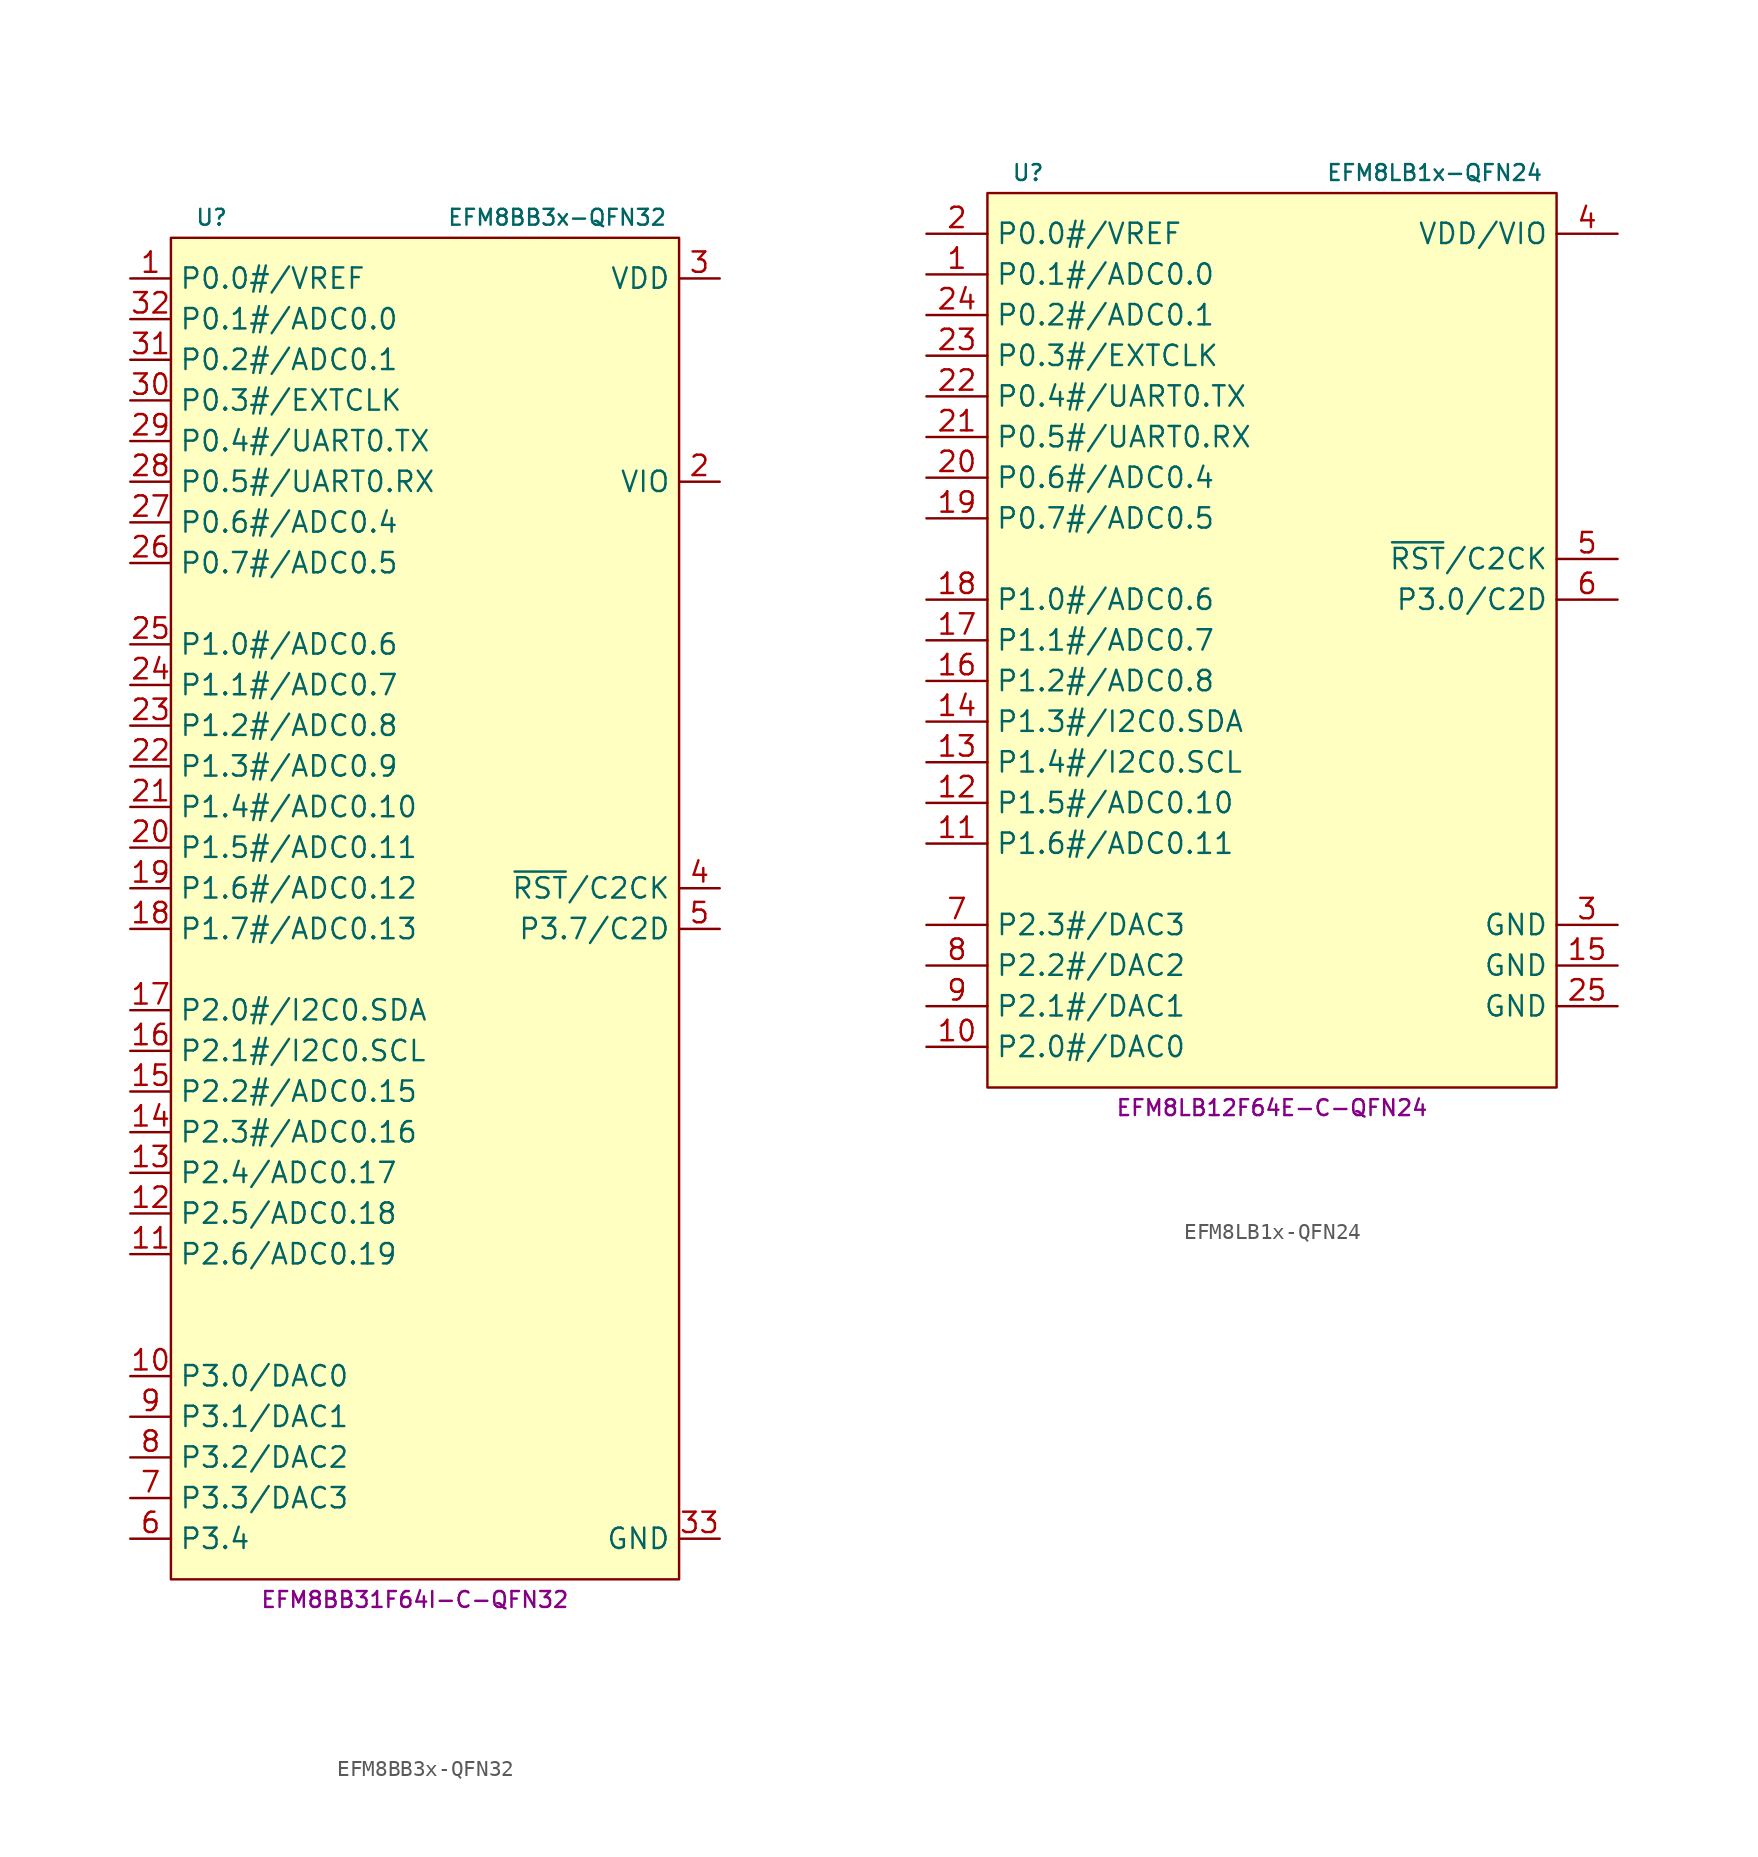
<source format=kicad_sym>
(kicad_symbol_lib
  (version 20231120)
  (generator "kicad_symbol_editor")
  (generator_version "8.0")
  (symbol "EFM8BB3x-QFN32"
    (property "Reference" "U"
      (at -12.7 44.45 0)
      (effects (font (size 0.991 0.991))))
    (property "Value" "EFM8BB3x-QFN32"
      (at 8.89 44.45 0)
      (effects (font (size 0.991 0.991))))
    (property "MPN" "EFM8BB31F64I-C-QFN32"
      (at 0 -41.91 0)
      (effects (font (size 0.991 0.991))))
    (symbol "EFM8BB3x-QFN32_0_1"
      (rectangle (start -15.24 43.18) (end 16.51 -40.64) (stroke (width 0) (type default)) (fill (type background))))
    (symbol "EFM8BB3x-QFN32_1_1"
      (pin bidirectional line (at -17.78 40.64 0) (length 2.54) (name "P0.0#/VREF" (effects (font (size 1.27 1.27)))) (number "1" (effects (font (size 1.27 1.27)))))
      (pin bidirectional line (at -17.78 -27.94 0) (length 2.54) (name "P3.0/DAC0" (effects (font (size 1.27 1.27)))) (number "10" (effects (font (size 1.27 1.27)))))
      (pin bidirectional line (at -17.78 -20.32 0) (length 2.54) (name "P2.6/ADC0.19" (effects (font (size 1.27 1.27)))) (number "11" (effects (font (size 1.27 1.27)))))
      (pin bidirectional line (at -17.78 -17.78 0) (length 2.54) (name "P2.5/ADC0.18" (effects (font (size 1.27 1.27)))) (number "12" (effects (font (size 1.27 1.27)))))
      (pin bidirectional line (at -17.78 -15.24 0) (length 2.54) (name "P2.4/ADC0.17" (effects (font (size 1.27 1.27)))) (number "13" (effects (font (size 1.27 1.27)))))
      (pin bidirectional line (at -17.78 -12.7 0) (length 2.54) (name "P2.3#/ADC0.16" (effects (font (size 1.27 1.27)))) (number "14" (effects (font (size 1.27 1.27)))))
      (pin bidirectional line (at -17.78 -10.16 0) (length 2.54) (name "P2.2#/ADC0.15" (effects (font (size 1.27 1.27)))) (number "15" (effects (font (size 1.27 1.27)))))
      (pin bidirectional line (at -17.78 -7.62 0) (length 2.54) (name "P2.1#/I2C0.SCL" (effects (font (size 1.27 1.27)))) (number "16" (effects (font (size 1.27 1.27)))))
      (pin bidirectional line (at -17.78 -5.08 0) (length 2.54) (name "P2.0#/I2C0.SDA" (effects (font (size 1.27 1.27)))) (number "17" (effects (font (size 1.27 1.27)))))
      (pin bidirectional line (at -17.78 0 0) (length 2.54) (name "P1.7#/ADC0.13" (effects (font (size 1.27 1.27)))) (number "18" (effects (font (size 1.27 1.27)))))
      (pin bidirectional line (at -17.78 2.54 0) (length 2.54) (name "P1.6#/ADC0.12" (effects (font (size 1.27 1.27)))) (number "19" (effects (font (size 1.27 1.27)))))
      (pin power_in line (at 19.05 27.94 180) (length 2.54) (name "VIO" (effects (font (size 1.27 1.27)))) (number "2" (effects (font (size 1.27 1.27)))))
      (pin bidirectional line (at -17.78 5.08 0) (length 2.54) (name "P1.5#/ADC0.11" (effects (font (size 1.27 1.27)))) (number "20" (effects (font (size 1.27 1.27)))))
      (pin bidirectional line (at -17.78 7.62 0) (length 2.54) (name "P1.4#/ADC0.10" (effects (font (size 1.27 1.27)))) (number "21" (effects (font (size 1.27 1.27)))))
      (pin bidirectional line (at -17.78 10.16 0) (length 2.54) (name "P1.3#/ADC0.9" (effects (font (size 1.27 1.27)))) (number "22" (effects (font (size 1.27 1.27)))))
      (pin bidirectional line (at -17.78 12.7 0) (length 2.54) (name "P1.2#/ADC0.8" (effects (font (size 1.27 1.27)))) (number "23" (effects (font (size 1.27 1.27)))))
      (pin bidirectional line (at -17.78 15.24 0) (length 2.54) (name "P1.1#/ADC0.7" (effects (font (size 1.27 1.27)))) (number "24" (effects (font (size 1.27 1.27)))))
      (pin bidirectional line (at -17.78 17.78 0) (length 2.54) (name "P1.0#/ADC0.6" (effects (font (size 1.27 1.27)))) (number "25" (effects (font (size 1.27 1.27)))))
      (pin bidirectional line (at -17.78 22.86 0) (length 2.54) (name "P0.7#/ADC0.5" (effects (font (size 1.27 1.27)))) (number "26" (effects (font (size 1.27 1.27)))))
      (pin bidirectional line (at -17.78 25.4 0) (length 2.54) (name "P0.6#/ADC0.4" (effects (font (size 1.27 1.27)))) (number "27" (effects (font (size 1.27 1.27)))))
      (pin bidirectional line (at -17.78 27.94 0) (length 2.54) (name "P0.5#/UART0.RX" (effects (font (size 1.27 1.27)))) (number "28" (effects (font (size 1.27 1.27)))))
      (pin bidirectional line (at -17.78 30.48 0) (length 2.54) (name "P0.4#/UART0.TX" (effects (font (size 1.27 1.27)))) (number "29" (effects (font (size 1.27 1.27)))))
      (pin power_in line (at 19.05 40.64 180) (length 2.54) (name "VDD" (effects (font (size 1.27 1.27)))) (number "3" (effects (font (size 1.27 1.27)))))
      (pin bidirectional line (at -17.78 33.02 0) (length 2.54) (name "P0.3#/EXTCLK" (effects (font (size 1.27 1.27)))) (number "30" (effects (font (size 1.27 1.27)))))
      (pin bidirectional line (at -17.78 35.56 0) (length 2.54) (name "P0.2#/ADC0.1" (effects (font (size 1.27 1.27)))) (number "31" (effects (font (size 1.27 1.27)))))
      (pin bidirectional line (at -17.78 38.1 0) (length 2.54) (name "P0.1#/ADC0.0" (effects (font (size 1.27 1.27)))) (number "32" (effects (font (size 1.27 1.27)))))
      (pin bidirectional line (at 19.05 -38.1 180) (length 2.54) (name "GND" (effects (font (size 1.27 1.27)))) (number "33" (effects (font (size 1.27 1.27)))))
      (pin input line (at 19.05 2.54 180) (length 2.54) (name "~{RST}/C2CK" (effects (font (size 1.27 1.27)))) (number "4" (effects (font (size 1.27 1.27)))))
      (pin bidirectional line (at 19.05 0 180) (length 2.54) (name "P3.7/C2D" (effects (font (size 1.27 1.27)))) (number "5" (effects (font (size 1.27 1.27)))))
      (pin bidirectional line (at -17.78 -38.1 0) (length 2.54) (name "P3.4" (effects (font (size 1.27 1.27)))) (number "6" (effects (font (size 1.27 1.27)))))
      (pin bidirectional line (at -17.78 -35.56 0) (length 2.54) (name "P3.3/DAC3" (effects (font (size 1.27 1.27)))) (number "7" (effects (font (size 1.27 1.27)))))
      (pin bidirectional line (at -17.78 -33.02 0) (length 2.54) (name "P3.2/DAC2" (effects (font (size 1.27 1.27)))) (number "8" (effects (font (size 1.27 1.27)))))
      (pin bidirectional line (at -17.78 -30.48 0) (length 2.54) (name "P3.1/DAC1" (effects (font (size 1.27 1.27)))) (number "9" (effects (font (size 1.27 1.27)))))))
  (symbol "EFM8LB1x-QFN24"
    (property "Reference" "U"
      (at -13.97 26.67 0)
      (effects (font (size 0.991 0.991))))
    (property "Value" "EFM8LB1x-QFN24"
      (at 11.43 26.67 0)
      (effects (font (size 0.991 0.991))))
    (property "MPN" "EFM8LB12F64E-C-QFN24"
      (at 1.27 -31.75 0)
      (effects (font (size 0.991 0.991))))
    (symbol "EFM8LB1x-QFN24_0_1"
      (rectangle (start -16.51 25.4) (end 19.05 -30.48) (stroke (width 0) (type default)) (fill (type background))))
    (symbol "EFM8LB1x-QFN24_1_1"
      (pin bidirectional line (at -20.32 20.32 0) (length 3.81) (name "P0.1#/ADC0.0" (effects (font (size 1.27 1.27)))) (number "1" (effects (font (size 1.27 1.27)))))
      (pin bidirectional line (at -20.32 -27.94 0) (length 3.81) (name "P2.0#/DAC0" (effects (font (size 1.27 1.27)))) (number "10" (effects (font (size 1.27 1.27)))))
      (pin bidirectional line (at -20.32 -15.24 0) (length 3.81) (name "P1.6#/ADC0.11" (effects (font (size 1.27 1.27)))) (number "11" (effects (font (size 1.27 1.27)))))
      (pin bidirectional line (at -20.32 -12.7 0) (length 3.81) (name "P1.5#/ADC0.10" (effects (font (size 1.27 1.27)))) (number "12" (effects (font (size 1.27 1.27)))))
      (pin bidirectional line (at -20.32 -10.16 0) (length 3.81) (name "P1.4#/I2C0.SCL" (effects (font (size 1.27 1.27)))) (number "13" (effects (font (size 1.27 1.27)))))
      (pin bidirectional line (at -20.32 -7.62 0) (length 3.81) (name "P1.3#/I2C0.SDA" (effects (font (size 1.27 1.27)))) (number "14" (effects (font (size 1.27 1.27)))))
      (pin power_in line (at 22.86 -22.86 180) (length 3.81) (name "GND" (effects (font (size 1.27 1.27)))) (number "15" (effects (font (size 1.27 1.27)))))
      (pin bidirectional line (at -20.32 -5.08 0) (length 3.81) (name "P1.2#/ADC0.8" (effects (font (size 1.27 1.27)))) (number "16" (effects (font (size 1.27 1.27)))))
      (pin bidirectional line (at -20.32 -2.54 0) (length 3.81) (name "P1.1#/ADC0.7" (effects (font (size 1.27 1.27)))) (number "17" (effects (font (size 1.27 1.27)))))
      (pin bidirectional line (at -20.32 0 0) (length 3.81) (name "P1.0#/ADC0.6" (effects (font (size 1.27 1.27)))) (number "18" (effects (font (size 1.27 1.27)))))
      (pin bidirectional line (at -20.32 5.08 0) (length 3.81) (name "P0.7#/ADC0.5" (effects (font (size 1.27 1.27)))) (number "19" (effects (font (size 1.27 1.27)))))
      (pin bidirectional line (at -20.32 22.86 0) (length 3.81) (name "P0.0#/VREF" (effects (font (size 1.27 1.27)))) (number "2" (effects (font (size 1.27 1.27)))))
      (pin bidirectional line (at -20.32 7.62 0) (length 3.81) (name "P0.6#/ADC0.4" (effects (font (size 1.27 1.27)))) (number "20" (effects (font (size 1.27 1.27)))))
      (pin bidirectional line (at -20.32 10.16 0) (length 3.81) (name "P0.5#/UART0.RX" (effects (font (size 1.27 1.27)))) (number "21" (effects (font (size 1.27 1.27)))))
      (pin bidirectional line (at -20.32 12.7 0) (length 3.81) (name "P0.4#/UART0.TX" (effects (font (size 1.27 1.27)))) (number "22" (effects (font (size 1.27 1.27)))))
      (pin bidirectional line (at -20.32 15.24 0) (length 3.81) (name "P0.3#/EXTCLK" (effects (font (size 1.27 1.27)))) (number "23" (effects (font (size 1.27 1.27)))))
      (pin bidirectional line (at -20.32 17.78 0) (length 3.81) (name "P0.2#/ADC0.1" (effects (font (size 1.27 1.27)))) (number "24" (effects (font (size 1.27 1.27)))))
      (pin power_in line (at 22.86 -25.4 180) (length 3.81) (name "GND" (effects (font (size 1.27 1.27)))) (number "25" (effects (font (size 1.27 1.27)))))
      (pin power_in line (at 22.86 -20.32 180) (length 3.81) (name "GND" (effects (font (size 1.27 1.27)))) (number "3" (effects (font (size 1.27 1.27)))))
      (pin power_in line (at 22.86 22.86 180) (length 3.81) (name "VDD/VIO" (effects (font (size 1.27 1.27)))) (number "4" (effects (font (size 1.27 1.27)))))
      (pin bidirectional line (at 22.86 2.54 180) (length 3.81) (name "~{RST}/C2CK" (effects (font (size 1.27 1.27)))) (number "5" (effects (font (size 1.27 1.27)))))
      (pin bidirectional line (at 22.86 0 180) (length 3.81) (name "P3.0/C2D" (effects (font (size 1.27 1.27)))) (number "6" (effects (font (size 1.27 1.27)))))
      (pin bidirectional line (at -20.32 -20.32 0) (length 3.81) (name "P2.3#/DAC3" (effects (font (size 1.27 1.27)))) (number "7" (effects (font (size 1.27 1.27)))))
      (pin bidirectional line (at -20.32 -22.86 0) (length 3.81) (name "P2.2#/DAC2" (effects (font (size 1.27 1.27)))) (number "8" (effects (font (size 1.27 1.27)))))
      (pin bidirectional line (at -20.32 -25.4 0) (length 3.81) (name "P2.1#/DAC1" (effects (font (size 1.27 1.27)))) (number "9" (effects (font (size 1.27 1.27))))))))
</source>
